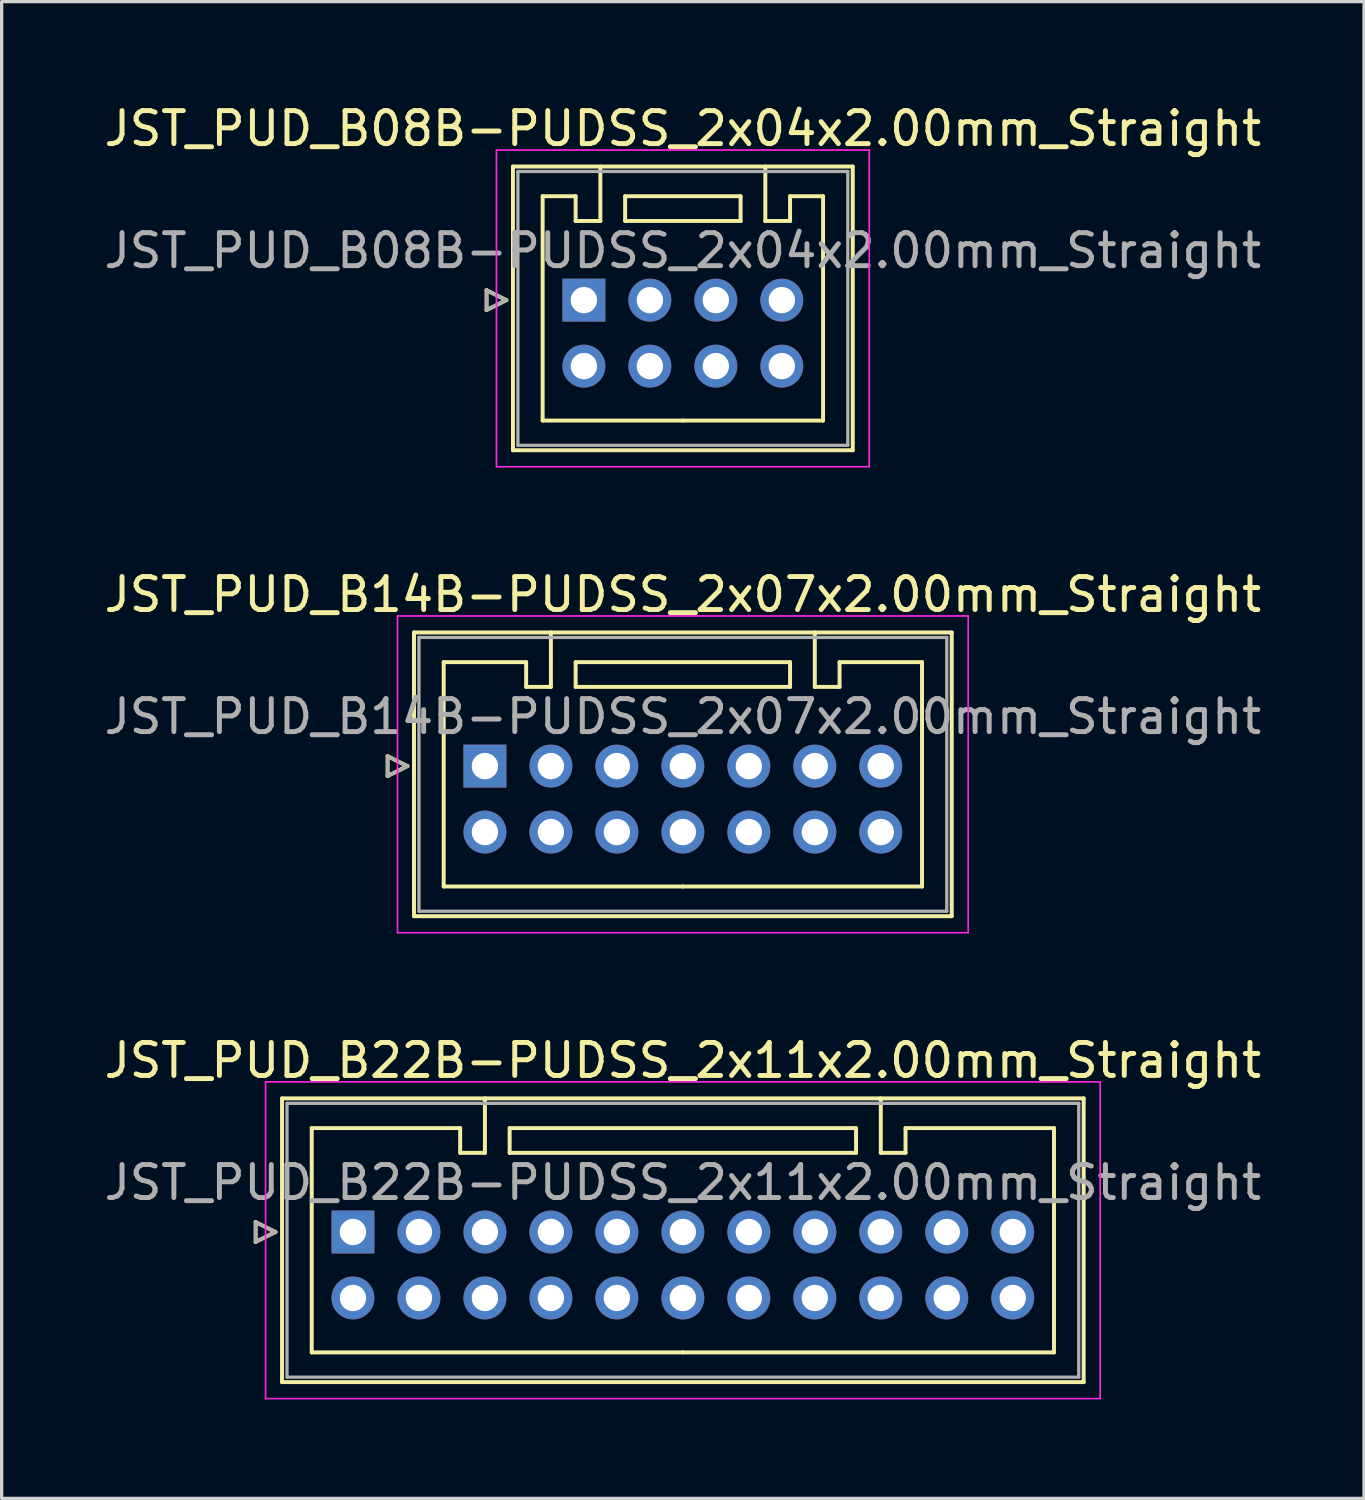
<source format=kicad_pcb>
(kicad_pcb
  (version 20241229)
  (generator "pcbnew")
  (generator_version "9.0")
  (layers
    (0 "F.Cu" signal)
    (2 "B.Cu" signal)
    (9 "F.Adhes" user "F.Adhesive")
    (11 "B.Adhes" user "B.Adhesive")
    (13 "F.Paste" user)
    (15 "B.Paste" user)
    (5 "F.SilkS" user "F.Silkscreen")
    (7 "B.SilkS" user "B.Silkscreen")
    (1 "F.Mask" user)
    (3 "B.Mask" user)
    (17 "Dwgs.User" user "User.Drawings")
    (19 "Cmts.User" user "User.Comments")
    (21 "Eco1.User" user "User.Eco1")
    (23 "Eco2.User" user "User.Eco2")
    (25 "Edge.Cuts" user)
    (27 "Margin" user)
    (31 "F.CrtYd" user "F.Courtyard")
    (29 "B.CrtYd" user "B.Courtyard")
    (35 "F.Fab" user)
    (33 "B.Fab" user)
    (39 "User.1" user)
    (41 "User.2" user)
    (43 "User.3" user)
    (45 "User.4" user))
  (footprint "JST_PUD_B22B-PUDSS_2x11x2.00mm_Straight"
    (layer "F.Cu")
    (at 7.649 34.295)
    (property "Reference" "JST_PUD_B22B-PUDSS_2x11x2.00mm_Straight" (at 10 -5.2 0) (layer "F.SilkS") (effects (font (size 1 1) (thickness 0.15))))
    (attr through_hole)
    (fp_line (start -2.95 -0.3) (end -2.35 0) (stroke (width 0.12) (type solid)) (layer "F.SilkS"))
    (fp_line (start -2.95 0.3) (end -2.95 -0.3) (stroke (width 0.12) (type solid)) (layer "F.SilkS"))
    (fp_line (start -2.35 0) (end -2.95 0.3) (stroke (width 0.12) (type solid)) (layer "F.SilkS"))
    (fp_line (start -2.15 -4.05) (end -2.15 4.55) (stroke (width 0.12) (type solid)) (layer "F.SilkS"))
    (fp_line (start -2.15 4.55) (end 22.15 4.55) (stroke (width 0.12) (type solid)) (layer "F.SilkS"))
    (fp_line (start -1.25 -3.15) (end -1.25 3.65) (stroke (width 0.12) (type solid)) (layer "F.SilkS"))
    (fp_line (start -1.25 3.65) (end 10 3.65) (stroke (width 0.12) (type solid)) (layer "F.SilkS"))
    (fp_line (start 3.25 -3.15) (end -1.25 -3.15) (stroke (width 0.12) (type solid)) (layer "F.SilkS"))
    (fp_line (start 3.25 -2.4) (end 3.25 -3.15) (stroke (width 0.12) (type solid)) (layer "F.SilkS"))
    (fp_line (start 4 -4.05) (end 4 -2.4) (stroke (width 0.12) (type solid)) (layer "F.SilkS"))
    (fp_line (start 4 -2.4) (end 3.25 -2.4) (stroke (width 0.12) (type solid)) (layer "F.SilkS"))
    (fp_line (start 4.75 -3.15) (end 4.75 -2.4) (stroke (width 0.12) (type solid)) (layer "F.SilkS"))
    (fp_line (start 4.75 -2.4) (end 15.25 -2.4) (stroke (width 0.12) (type solid)) (layer "F.SilkS"))
    (fp_line (start 15.25 -3.15) (end 4.75 -3.15) (stroke (width 0.12) (type solid)) (layer "F.SilkS"))
    (fp_line (start 15.25 -2.4) (end 15.25 -3.15) (stroke (width 0.12) (type solid)) (layer "F.SilkS"))
    (fp_line (start 16 -4.05) (end 16 -2.4) (stroke (width 0.12) (type solid)) (layer "F.SilkS"))
    (fp_line (start 16 -2.4) (end 16.75 -2.4) (stroke (width 0.12) (type solid)) (layer "F.SilkS"))
    (fp_line (start 16.75 -3.15) (end 21.25 -3.15) (stroke (width 0.12) (type solid)) (layer "F.SilkS"))
    (fp_line (start 16.75 -2.4) (end 16.75 -3.15) (stroke (width 0.12) (type solid)) (layer "F.SilkS"))
    (fp_line (start 21.25 -3.15) (end 21.25 3.65) (stroke (width 0.12) (type solid)) (layer "F.SilkS"))
    (fp_line (start 21.25 3.65) (end 10 3.65) (stroke (width 0.12) (type solid)) (layer "F.SilkS"))
    (fp_line (start 22.15 -4.05) (end -2.15 -4.05) (stroke (width 0.12) (type solid)) (layer "F.SilkS"))
    (fp_line (start 22.15 4.55) (end 22.15 -4.05) (stroke (width 0.12) (type solid)) (layer "F.SilkS"))
    (fp_line (start -2.65 -4.55) (end -2.65 5.05) (stroke (width 0.05) (type solid)) (layer "F.CrtYd"))
    (fp_line (start -2.65 5.05) (end 22.65 5.05) (stroke (width 0.05) (type solid)) (layer "F.CrtYd"))
    (fp_line (start 22.65 -4.55) (end -2.65 -4.55) (stroke (width 0.05) (type solid)) (layer "F.CrtYd"))
    (fp_line (start 22.65 5.05) (end 22.65 -4.55) (stroke (width 0.05) (type solid)) (layer "F.CrtYd"))
    (fp_line (start -2.95 -0.3) (end -2.35 0) (stroke (width 0.1) (type solid)) (layer "F.Fab"))
    (fp_line (start -2.95 0.3) (end -2.95 -0.3) (stroke (width 0.1) (type solid)) (layer "F.Fab"))
    (fp_line (start -2.35 0) (end -2.95 0.3) (stroke (width 0.1) (type solid)) (layer "F.Fab"))
    (fp_line (start -2 -3.9) (end -2 4.4) (stroke (width 0.1) (type solid)) (layer "F.Fab"))
    (fp_line (start -2 4.4) (end 22 4.4) (stroke (width 0.1) (type solid)) (layer "F.Fab"))
    (fp_line (start 22 -3.9) (end -2 -3.9) (stroke (width 0.1) (type solid)) (layer "F.Fab"))
    (fp_line (start 22 4.4) (end 22 -3.9) (stroke (width 0.1) (type solid)) (layer "F.Fab"))
    (fp_text user "${REFERENCE}" (at 10 -1.5 0) (layer "F.Fab") (effects (font (size 1 1) (thickness 0.15))))
    (pad "1" thru_hole rect (at 0 0) (size 1.3 1.3) (drill 0.8) (layers "*.Cu" "*.Mask"))
    (pad "2" thru_hole circle (at 0 2) (size 1.3 1.3) (drill 0.8) (layers "*.Cu" "*.Mask"))
    (pad "3" thru_hole circle (at 2 0) (size 1.3 1.3) (drill 0.8) (layers "*.Cu" "*.Mask"))
    (pad "4" thru_hole circle (at 2 2) (size 1.3 1.3) (drill 0.8) (layers "*.Cu" "*.Mask"))
    (pad "5" thru_hole circle (at 4 0) (size 1.3 1.3) (drill 0.8) (layers "*.Cu" "*.Mask"))
    (pad "6" thru_hole circle (at 4 2) (size 1.3 1.3) (drill 0.8) (layers "*.Cu" "*.Mask"))
    (pad "7" thru_hole circle (at 6 0) (size 1.3 1.3) (drill 0.8) (layers "*.Cu" "*.Mask"))
    (pad "8" thru_hole circle (at 6 2) (size 1.3 1.3) (drill 0.8) (layers "*.Cu" "*.Mask"))
    (pad "9" thru_hole circle (at 8 0) (size 1.3 1.3) (drill 0.8) (layers "*.Cu" "*.Mask"))
    (pad "10" thru_hole circle (at 8 2) (size 1.3 1.3) (drill 0.8) (layers "*.Cu" "*.Mask"))
    (pad "11" thru_hole circle (at 10 0) (size 1.3 1.3) (drill 0.8) (layers "*.Cu" "*.Mask"))
    (pad "12" thru_hole circle (at 10 2) (size 1.3 1.3) (drill 0.8) (layers "*.Cu" "*.Mask"))
    (pad "13" thru_hole circle (at 12 0) (size 1.3 1.3) (drill 0.8) (layers "*.Cu" "*.Mask"))
    (pad "14" thru_hole circle (at 12 2) (size 1.3 1.3) (drill 0.8) (layers "*.Cu" "*.Mask"))
    (pad "15" thru_hole circle (at 14 0) (size 1.3 1.3) (drill 0.8) (layers "*.Cu" "*.Mask"))
    (pad "16" thru_hole circle (at 14 2) (size 1.3 1.3) (drill 0.8) (layers "*.Cu" "*.Mask"))
    (pad "17" thru_hole circle (at 16 0) (size 1.3 1.3) (drill 0.8) (layers "*.Cu" "*.Mask"))
    (pad "18" thru_hole circle (at 16 2) (size 1.3 1.3) (drill 0.8) (layers "*.Cu" "*.Mask"))
    (pad "19" thru_hole circle (at 18 0) (size 1.3 1.3) (drill 0.8) (layers "*.Cu" "*.Mask"))
    (pad "20" thru_hole circle (at 18 2) (size 1.3 1.3) (drill 0.8) (layers "*.Cu" "*.Mask"))
    (pad "21" thru_hole circle (at 20 0) (size 1.3 1.3) (drill 0.8) (layers "*.Cu" "*.Mask"))
    (pad "22" thru_hole circle (at 20 2) (size 1.3 1.3) (drill 0.8) (layers "*.Cu" "*.Mask")))
  (footprint "JST_PUD_B14B-PUDSS_2x07x2.00mm_Straight"
    (layer "F.Cu")
    (at 11.649 20.172)
    (property "Reference" "JST_PUD_B14B-PUDSS_2x07x2.00mm_Straight" (at 6 -5.2 0) (layer "F.SilkS") (effects (font (size 1 1) (thickness 0.15))))
    (attr through_hole)
    (fp_line (start -2.95 -0.3) (end -2.35 0) (stroke (width 0.12) (type solid)) (layer "F.SilkS"))
    (fp_line (start -2.95 0.3) (end -2.95 -0.3) (stroke (width 0.12) (type solid)) (layer "F.SilkS"))
    (fp_line (start -2.35 0) (end -2.95 0.3) (stroke (width 0.12) (type solid)) (layer "F.SilkS"))
    (fp_line (start -2.15 -4.05) (end -2.15 4.55) (stroke (width 0.12) (type solid)) (layer "F.SilkS"))
    (fp_line (start -2.15 4.55) (end 14.15 4.55) (stroke (width 0.12) (type solid)) (layer "F.SilkS"))
    (fp_line (start -1.25 -3.15) (end -1.25 3.65) (stroke (width 0.12) (type solid)) (layer "F.SilkS"))
    (fp_line (start -1.25 3.65) (end 6 3.65) (stroke (width 0.12) (type solid)) (layer "F.SilkS"))
    (fp_line (start 1.25 -3.15) (end -1.25 -3.15) (stroke (width 0.12) (type solid)) (layer "F.SilkS"))
    (fp_line (start 1.25 -2.4) (end 1.25 -3.15) (stroke (width 0.12) (type solid)) (layer "F.SilkS"))
    (fp_line (start 2 -4.05) (end 2 -2.4) (stroke (width 0.12) (type solid)) (layer "F.SilkS"))
    (fp_line (start 2 -2.4) (end 1.25 -2.4) (stroke (width 0.12) (type solid)) (layer "F.SilkS"))
    (fp_line (start 2.75 -3.15) (end 2.75 -2.4) (stroke (width 0.12) (type solid)) (layer "F.SilkS"))
    (fp_line (start 2.75 -2.4) (end 9.25 -2.4) (stroke (width 0.12) (type solid)) (layer "F.SilkS"))
    (fp_line (start 9.25 -3.15) (end 2.75 -3.15) (stroke (width 0.12) (type solid)) (layer "F.SilkS"))
    (fp_line (start 9.25 -2.4) (end 9.25 -3.15) (stroke (width 0.12) (type solid)) (layer "F.SilkS"))
    (fp_line (start 10 -4.05) (end 10 -2.4) (stroke (width 0.12) (type solid)) (layer "F.SilkS"))
    (fp_line (start 10 -2.4) (end 10.75 -2.4) (stroke (width 0.12) (type solid)) (layer "F.SilkS"))
    (fp_line (start 10.75 -3.15) (end 13.25 -3.15) (stroke (width 0.12) (type solid)) (layer "F.SilkS"))
    (fp_line (start 10.75 -2.4) (end 10.75 -3.15) (stroke (width 0.12) (type solid)) (layer "F.SilkS"))
    (fp_line (start 13.25 -3.15) (end 13.25 3.65) (stroke (width 0.12) (type solid)) (layer "F.SilkS"))
    (fp_line (start 13.25 3.65) (end 6 3.65) (stroke (width 0.12) (type solid)) (layer "F.SilkS"))
    (fp_line (start 14.15 -4.05) (end -2.15 -4.05) (stroke (width 0.12) (type solid)) (layer "F.SilkS"))
    (fp_line (start 14.15 4.55) (end 14.15 -4.05) (stroke (width 0.12) (type solid)) (layer "F.SilkS"))
    (fp_line (start -2.65 -4.55) (end -2.65 5.05) (stroke (width 0.05) (type solid)) (layer "F.CrtYd"))
    (fp_line (start -2.65 5.05) (end 14.65 5.05) (stroke (width 0.05) (type solid)) (layer "F.CrtYd"))
    (fp_line (start 14.65 -4.55) (end -2.65 -4.55) (stroke (width 0.05) (type solid)) (layer "F.CrtYd"))
    (fp_line (start 14.65 5.05) (end 14.65 -4.55) (stroke (width 0.05) (type solid)) (layer "F.CrtYd"))
    (fp_line (start -2.95 -0.3) (end -2.35 0) (stroke (width 0.1) (type solid)) (layer "F.Fab"))
    (fp_line (start -2.95 0.3) (end -2.95 -0.3) (stroke (width 0.1) (type solid)) (layer "F.Fab"))
    (fp_line (start -2.35 0) (end -2.95 0.3) (stroke (width 0.1) (type solid)) (layer "F.Fab"))
    (fp_line (start -2 -3.9) (end -2 4.4) (stroke (width 0.1) (type solid)) (layer "F.Fab"))
    (fp_line (start -2 4.4) (end 14 4.4) (stroke (width 0.1) (type solid)) (layer "F.Fab"))
    (fp_line (start 14 -3.9) (end -2 -3.9) (stroke (width 0.1) (type solid)) (layer "F.Fab"))
    (fp_line (start 14 4.4) (end 14 -3.9) (stroke (width 0.1) (type solid)) (layer "F.Fab"))
    (fp_text user "${REFERENCE}" (at 6 -1.5 0) (layer "F.Fab") (effects (font (size 1 1) (thickness 0.15))))
    (pad "1" thru_hole rect (at 0 0) (size 1.3 1.3) (drill 0.8) (layers "*.Cu" "*.Mask"))
    (pad "2" thru_hole circle (at 0 2) (size 1.3 1.3) (drill 0.8) (layers "*.Cu" "*.Mask"))
    (pad "3" thru_hole circle (at 2 0) (size 1.3 1.3) (drill 0.8) (layers "*.Cu" "*.Mask"))
    (pad "4" thru_hole circle (at 2 2) (size 1.3 1.3) (drill 0.8) (layers "*.Cu" "*.Mask"))
    (pad "5" thru_hole circle (at 4 0) (size 1.3 1.3) (drill 0.8) (layers "*.Cu" "*.Mask"))
    (pad "6" thru_hole circle (at 4 2) (size 1.3 1.3) (drill 0.8) (layers "*.Cu" "*.Mask"))
    (pad "7" thru_hole circle (at 6 0) (size 1.3 1.3) (drill 0.8) (layers "*.Cu" "*.Mask"))
    (pad "8" thru_hole circle (at 6 2) (size 1.3 1.3) (drill 0.8) (layers "*.Cu" "*.Mask"))
    (pad "9" thru_hole circle (at 8 0) (size 1.3 1.3) (drill 0.8) (layers "*.Cu" "*.Mask"))
    (pad "10" thru_hole circle (at 8 2) (size 1.3 1.3) (drill 0.8) (layers "*.Cu" "*.Mask"))
    (pad "11" thru_hole circle (at 10 0) (size 1.3 1.3) (drill 0.8) (layers "*.Cu" "*.Mask"))
    (pad "12" thru_hole circle (at 10 2) (size 1.3 1.3) (drill 0.8) (layers "*.Cu" "*.Mask"))
    (pad "13" thru_hole circle (at 12 0) (size 1.3 1.3) (drill 0.8) (layers "*.Cu" "*.Mask"))
    (pad "14" thru_hole circle (at 12 2) (size 1.3 1.3) (drill 0.8) (layers "*.Cu" "*.Mask")))
  (footprint "JST_PUD_B08B-PUDSS_2x04x2.00mm_Straight"
    (layer "F.Cu")
    (at 14.649 6.048)
    (property "Reference" "JST_PUD_B08B-PUDSS_2x04x2.00mm_Straight" (at 3 -5.2 0) (layer "F.SilkS") (effects (font (size 1 1) (thickness 0.15))))
    (attr through_hole)
    (fp_line (start -2.95 -0.3) (end -2.35 0) (stroke (width 0.12) (type solid)) (layer "F.SilkS"))
    (fp_line (start -2.95 0.3) (end -2.95 -0.3) (stroke (width 0.12) (type solid)) (layer "F.SilkS"))
    (fp_line (start -2.35 0) (end -2.95 0.3) (stroke (width 0.12) (type solid)) (layer "F.SilkS"))
    (fp_line (start -2.15 -4.05) (end -2.15 4.55) (stroke (width 0.12) (type solid)) (layer "F.SilkS"))
    (fp_line (start -2.15 4.55) (end 8.15 4.55) (stroke (width 0.12) (type solid)) (layer "F.SilkS"))
    (fp_line (start -1.25 -3.15) (end -1.25 3.65) (stroke (width 0.12) (type solid)) (layer "F.SilkS"))
    (fp_line (start -1.25 3.65) (end 3 3.65) (stroke (width 0.12) (type solid)) (layer "F.SilkS"))
    (fp_line (start -0.25 -3.15) (end -1.25 -3.15) (stroke (width 0.12) (type solid)) (layer "F.SilkS"))
    (fp_line (start -0.25 -2.4) (end -0.25 -3.15) (stroke (width 0.12) (type solid)) (layer "F.SilkS"))
    (fp_line (start 0.5 -4.05) (end 0.5 -2.4) (stroke (width 0.12) (type solid)) (layer "F.SilkS"))
    (fp_line (start 0.5 -2.4) (end -0.25 -2.4) (stroke (width 0.12) (type solid)) (layer "F.SilkS"))
    (fp_line (start 1.25 -3.15) (end 1.25 -2.4) (stroke (width 0.12) (type solid)) (layer "F.SilkS"))
    (fp_line (start 1.25 -2.4) (end 4.75 -2.4) (stroke (width 0.12) (type solid)) (layer "F.SilkS"))
    (fp_line (start 4.75 -3.15) (end 1.25 -3.15) (stroke (width 0.12) (type solid)) (layer "F.SilkS"))
    (fp_line (start 4.75 -2.4) (end 4.75 -3.15) (stroke (width 0.12) (type solid)) (layer "F.SilkS"))
    (fp_line (start 5.5 -4.05) (end 5.5 -2.4) (stroke (width 0.12) (type solid)) (layer "F.SilkS"))
    (fp_line (start 5.5 -2.4) (end 6.25 -2.4) (stroke (width 0.12) (type solid)) (layer "F.SilkS"))
    (fp_line (start 6.25 -3.15) (end 7.25 -3.15) (stroke (width 0.12) (type solid)) (layer "F.SilkS"))
    (fp_line (start 6.25 -2.4) (end 6.25 -3.15) (stroke (width 0.12) (type solid)) (layer "F.SilkS"))
    (fp_line (start 7.25 -3.15) (end 7.25 3.65) (stroke (width 0.12) (type solid)) (layer "F.SilkS"))
    (fp_line (start 7.25 3.65) (end 3 3.65) (stroke (width 0.12) (type solid)) (layer "F.SilkS"))
    (fp_line (start 8.15 -4.05) (end -2.15 -4.05) (stroke (width 0.12) (type solid)) (layer "F.SilkS"))
    (fp_line (start 8.15 4.55) (end 8.15 -4.05) (stroke (width 0.12) (type solid)) (layer "F.SilkS"))
    (fp_line (start -2.65 -4.55) (end -2.65 5.05) (stroke (width 0.05) (type solid)) (layer "F.CrtYd"))
    (fp_line (start -2.65 5.05) (end 8.65 5.05) (stroke (width 0.05) (type solid)) (layer "F.CrtYd"))
    (fp_line (start 8.65 -4.55) (end -2.65 -4.55) (stroke (width 0.05) (type solid)) (layer "F.CrtYd"))
    (fp_line (start 8.65 5.05) (end 8.65 -4.55) (stroke (width 0.05) (type solid)) (layer "F.CrtYd"))
    (fp_line (start -2.95 -0.3) (end -2.35 0) (stroke (width 0.1) (type solid)) (layer "F.Fab"))
    (fp_line (start -2.95 0.3) (end -2.95 -0.3) (stroke (width 0.1) (type solid)) (layer "F.Fab"))
    (fp_line (start -2.35 0) (end -2.95 0.3) (stroke (width 0.1) (type solid)) (layer "F.Fab"))
    (fp_line (start -2 -3.9) (end -2 4.4) (stroke (width 0.1) (type solid)) (layer "F.Fab"))
    (fp_line (start -2 4.4) (end 8 4.4) (stroke (width 0.1) (type solid)) (layer "F.Fab"))
    (fp_line (start 8 -3.9) (end -2 -3.9) (stroke (width 0.1) (type solid)) (layer "F.Fab"))
    (fp_line (start 8 4.4) (end 8 -3.9) (stroke (width 0.1) (type solid)) (layer "F.Fab"))
    (fp_text user "${REFERENCE}" (at 3 -1.5 0) (layer "F.Fab") (effects (font (size 1 1) (thickness 0.15))))
    (pad "1" thru_hole rect (at 0 0) (size 1.3 1.3) (drill 0.8) (layers "*.Cu" "*.Mask"))
    (pad "2" thru_hole circle (at 0 2) (size 1.3 1.3) (drill 0.8) (layers "*.Cu" "*.Mask"))
    (pad "3" thru_hole circle (at 2 0) (size 1.3 1.3) (drill 0.8) (layers "*.Cu" "*.Mask"))
    (pad "4" thru_hole circle (at 2 2) (size 1.3 1.3) (drill 0.8) (layers "*.Cu" "*.Mask"))
    (pad "5" thru_hole circle (at 4 0) (size 1.3 1.3) (drill 0.8) (layers "*.Cu" "*.Mask"))
    (pad "6" thru_hole circle (at 4 2) (size 1.3 1.3) (drill 0.8) (layers "*.Cu" "*.Mask"))
    (pad "7" thru_hole circle (at 6 0) (size 1.3 1.3) (drill 0.8) (layers "*.Cu" "*.Mask"))
    (pad "8" thru_hole circle (at 6 2) (size 1.3 1.3) (drill 0.8) (layers "*.Cu" "*.Mask")))
  (gr_rect
    (start -3 -3)
    (end 38.298 42.37)
    (stroke (width 0.1) (type default))
    (fill no)
    (layer "Edge.Cuts")))
</source>
